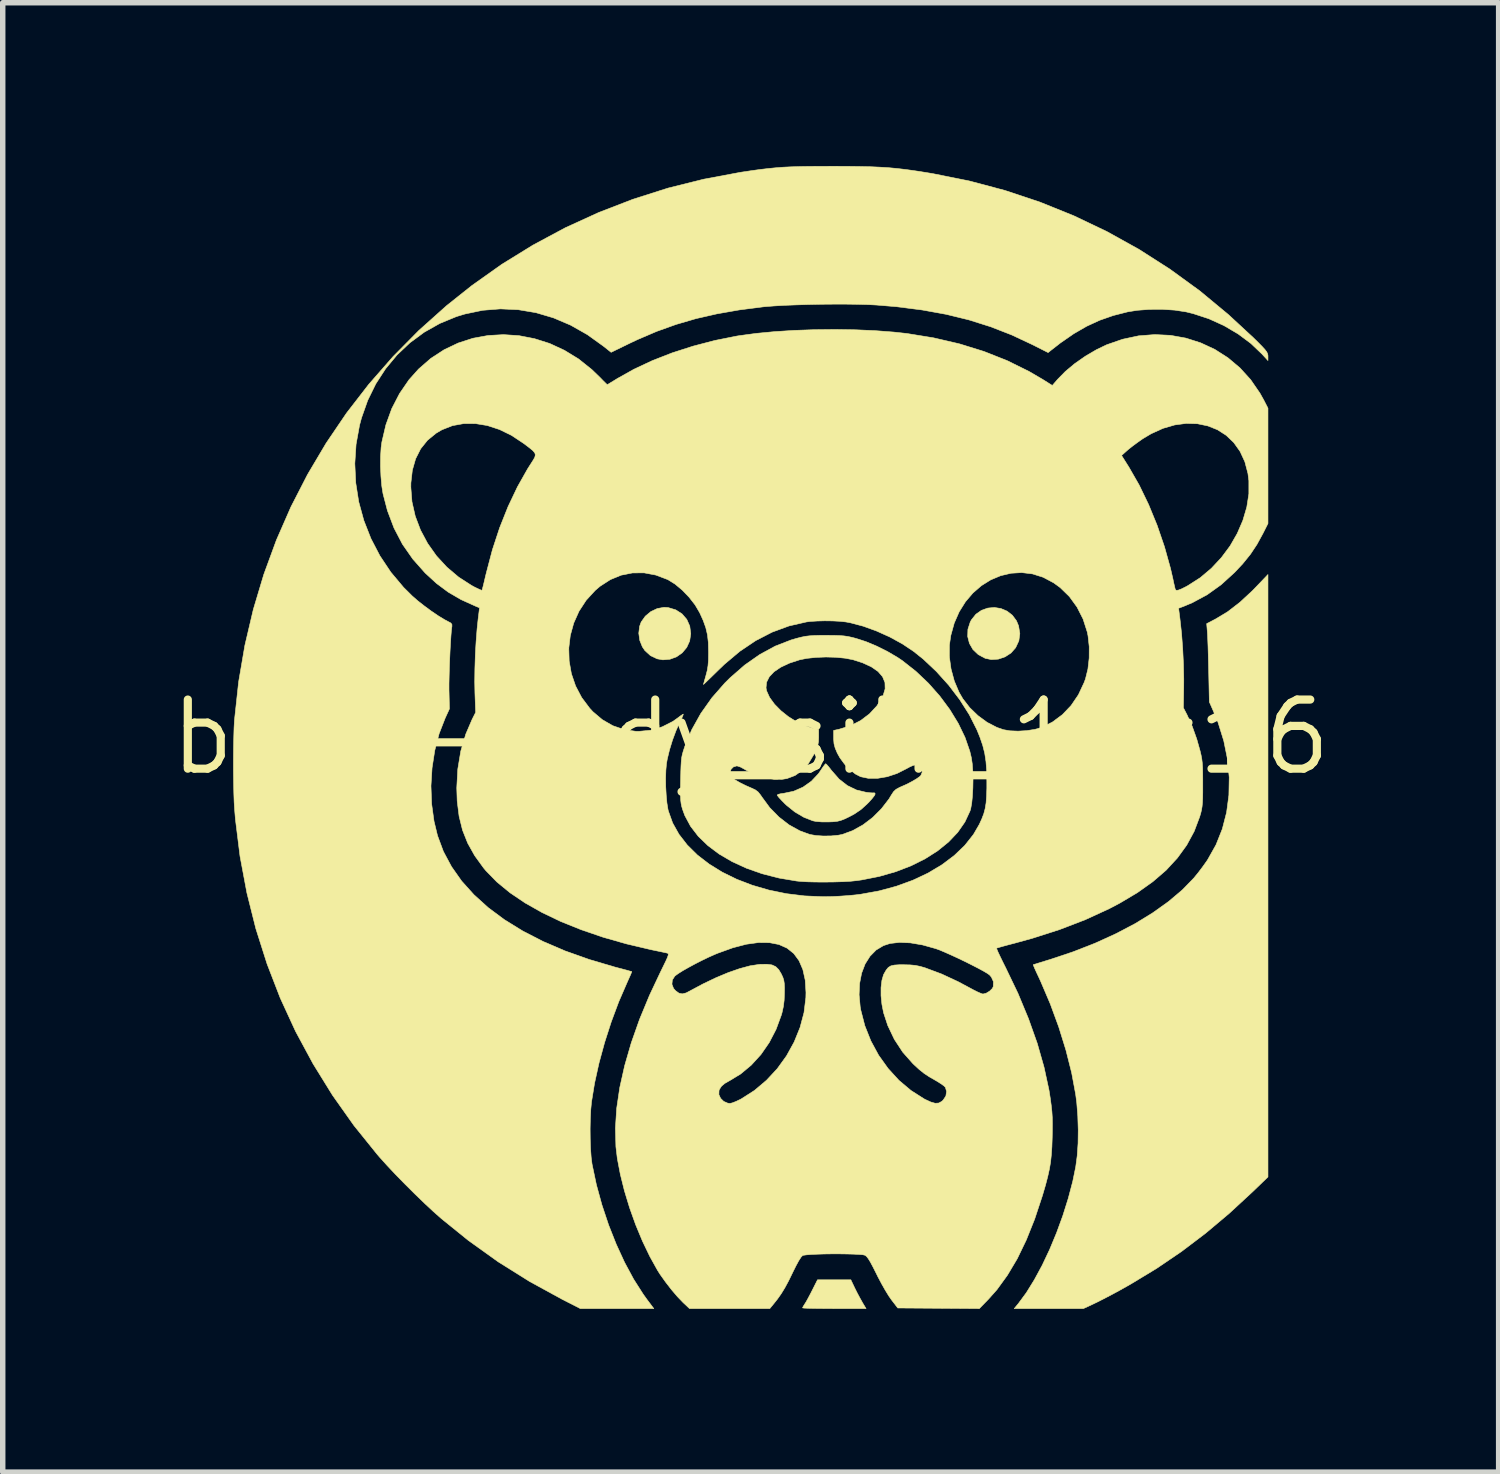
<source format=kicad_pcb>
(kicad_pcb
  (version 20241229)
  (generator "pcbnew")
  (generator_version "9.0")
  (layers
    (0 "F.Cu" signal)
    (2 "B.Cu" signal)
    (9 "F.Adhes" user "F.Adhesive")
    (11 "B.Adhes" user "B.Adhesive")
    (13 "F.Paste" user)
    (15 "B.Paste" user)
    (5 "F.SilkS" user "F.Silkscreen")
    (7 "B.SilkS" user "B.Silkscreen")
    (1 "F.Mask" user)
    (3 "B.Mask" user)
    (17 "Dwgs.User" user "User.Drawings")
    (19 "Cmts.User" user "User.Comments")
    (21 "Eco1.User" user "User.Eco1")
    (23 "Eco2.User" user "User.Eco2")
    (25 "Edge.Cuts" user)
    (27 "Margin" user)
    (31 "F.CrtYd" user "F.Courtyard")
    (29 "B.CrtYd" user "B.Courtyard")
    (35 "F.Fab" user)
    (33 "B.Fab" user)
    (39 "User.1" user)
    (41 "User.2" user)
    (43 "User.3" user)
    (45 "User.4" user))
  (footprint "bear-body_silk_16x16"
    (layer "F.Cu")
    (at 10.742 10.493)
    (property "Reference" "bear-body_silk_16x16" (at 0 0 0) (layer "F.SilkS") (effects (font (size 1.27 1.27) (thickness 0.15))))
    (attr through_hole)
    (fp_poly (pts (xy 1.913 10.123) (xy 1.959 10.215) (xy 2.01 10.31) (xy 2.053 10.387) (xy 2.053 10.388) (xy 2.12 10.499) (xy 1.536 10.499) (xy 1.384 10.498) (xy 1.247 10.497) (xy 1.129 10.495) (xy 1.038 10.493) (xy 0.977 10.49) (xy 0.953 10.486) (xy 0.953 10.486) (xy 0.964 10.462) (xy 0.99 10.42) (xy 0.992 10.417) (xy 1.019 10.374) (xy 1.057 10.305) (xy 1.102 10.22) (xy 1.13 10.165) (xy 1.228 9.97) (xy 1.84 9.97) (xy 1.913 10.123)) (stroke (width 0.01) (type solid)) (fill yes) (layer "F.SilkS"))
    (fp_poly (pts (xy -1.515 -2.38) (xy -1.376 -2.338) (xy -1.261 -2.264) (xy -1.174 -2.163) (xy -1.119 -2.039) (xy -1.101 -1.9) (xy -1.121 -1.766) (xy -1.175 -1.648) (xy -1.258 -1.549) (xy -1.363 -1.475) (xy -1.483 -1.431) (xy -1.613 -1.42) (xy -1.719 -1.439) (xy -1.842 -1.498) (xy -1.944 -1.591) (xy -1.99 -1.659) (xy -2.038 -1.779) (xy -2.056 -1.909) (xy -2.041 -2.035) (xy -2.012 -2.115) (xy -1.936 -2.222) (xy -1.835 -2.306) (xy -1.717 -2.362) (xy -1.592 -2.385) (xy -1.515 -2.38)) (stroke (width 0.01) (type solid)) (fill yes) (layer "F.SilkS"))
    (fp_poly (pts (xy 4.597 -2.363) (xy 4.71 -2.315) (xy 4.807 -2.24) (xy 4.883 -2.138) (xy 4.922 -2.044) (xy 4.945 -1.902) (xy 4.927 -1.77) (xy 4.868 -1.643) (xy 4.783 -1.546) (xy 4.674 -1.475) (xy 4.55 -1.433) (xy 4.421 -1.425) (xy 4.309 -1.448) (xy 4.182 -1.516) (xy 4.084 -1.609) (xy 4.019 -1.722) (xy 3.987 -1.848) (xy 3.991 -1.981) (xy 4.034 -2.114) (xy 4.055 -2.154) (xy 4.138 -2.258) (xy 4.241 -2.33) (xy 4.356 -2.371) (xy 4.477 -2.382) (xy 4.597 -2.363)) (stroke (width 0.01) (type solid)) (fill yes) (layer "F.SilkS"))
    (fp_poly (pts (xy 1.396 0.503) (xy 1.432 0.544) (xy 1.478 0.603) (xy 1.484 0.611) (xy 1.624 0.771) (xy 1.776 0.89) (xy 1.943 0.971) (xy 2.118 1.013) (xy 2.19 1.022) (xy 2.246 1.025) (xy 2.27 1.023) (xy 2.284 1.031) (xy 2.286 1.047) (xy 2.272 1.076) (xy 2.233 1.126) (xy 2.178 1.188) (xy 2.141 1.226) (xy 2.026 1.33) (xy 1.905 1.412) (xy 1.814 1.461) (xy 1.724 1.504) (xy 1.654 1.531) (xy 1.589 1.547) (xy 1.512 1.555) (xy 1.435 1.558) (xy 1.307 1.558) (xy 1.199 1.549) (xy 1.141 1.537) (xy 0.978 1.473) (xy 0.813 1.376) (xy 0.661 1.254) (xy 0.63 1.225) (xy 0.568 1.162) (xy 0.519 1.109) (xy 0.491 1.073) (xy 0.487 1.064) (xy 0.506 1.051) (xy 0.556 1.039) (xy 0.609 1.032) (xy 0.79 0.994) (xy 0.961 0.919) (xy 1.115 0.81) (xy 1.244 0.673) (xy 1.283 0.617) (xy 1.325 0.554) (xy 1.359 0.508) (xy 1.378 0.488) (xy 1.378 0.488) (xy 1.396 0.503)) (stroke (width 0.01) (type solid)) (fill yes) (layer "F.SilkS"))
    (fp_poly (pts (xy 9.504 8.081) (xy 9.226 8.349) (xy 8.792 8.75) (xy 8.358 9.115) (xy 7.916 9.45) (xy 7.46 9.76) (xy 6.981 10.05) (xy 6.777 10.165) (xy 6.657 10.23) (xy 6.533 10.295) (xy 6.418 10.354) (xy 6.323 10.401) (xy 6.29 10.417) (xy 6.113 10.499) (xy 4.842 10.499) (xy 4.916 10.409) (xy 5.065 10.207) (xy 5.212 9.969) (xy 5.356 9.703) (xy 5.493 9.413) (xy 5.62 9.107) (xy 5.735 8.792) (xy 5.835 8.474) (xy 5.918 8.159) (xy 5.972 7.895) (xy 5.999 7.693) (xy 6.015 7.462) (xy 6.018 7.214) (xy 6.01 6.963) (xy 5.991 6.718) (xy 5.971 6.564) (xy 5.897 6.166) (xy 5.792 5.75) (xy 5.66 5.325) (xy 5.504 4.9) (xy 5.326 4.483) (xy 5.29 4.405) (xy 5.249 4.318) (xy 5.217 4.247) (xy 5.197 4.199) (xy 5.191 4.181) (xy 5.212 4.175) (xy 5.266 4.158) (xy 5.347 4.133) (xy 5.446 4.102) (xy 5.493 4.088) (xy 5.921 3.945) (xy 6.328 3.786) (xy 6.71 3.612) (xy 7.064 3.426) (xy 7.387 3.228) (xy 7.677 3.021) (xy 7.931 2.806) (xy 8.146 2.585) (xy 8.151 2.578) (xy 8.226 2.486) (xy 8.308 2.377) (xy 8.382 2.273) (xy 8.398 2.248) (xy 8.55 1.977) (xy 8.665 1.688) (xy 8.744 1.382) (xy 8.786 1.065) (xy 8.792 0.738) (xy 8.76 0.404) (xy 8.692 0.068) (xy 8.587 -0.269) (xy 8.499 -0.483) (xy 8.427 -0.646) (xy 8.415 -1.206) (xy 8.411 -1.366) (xy 8.407 -1.521) (xy 8.403 -1.663) (xy 8.398 -1.785) (xy 8.394 -1.878) (xy 8.391 -1.926) (xy 8.378 -2.085) (xy 8.538 -2.168) (xy 8.761 -2.302) (xy 8.988 -2.477) (xy 9.22 -2.692) (xy 9.278 -2.752) (xy 9.504 -2.988) (xy 9.504 8.081)) (stroke (width 0.01) (type solid)) (fill yes) (layer "F.SilkS"))
    (fp_poly (pts (xy 1.522 -1.869) (xy 1.627 -1.866) (xy 1.711 -1.86) (xy 1.787 -1.849) (xy 1.865 -1.832) (xy 1.937 -1.813) (xy 2.119 -1.754) (xy 2.317 -1.671) (xy 2.515 -1.572) (xy 2.699 -1.464) (xy 2.788 -1.404) (xy 3.035 -1.209) (xy 3.265 -0.991) (xy 3.474 -0.755) (xy 3.658 -0.507) (xy 3.814 -0.252) (xy 3.938 0.005) (xy 4.026 0.259) (xy 4.054 0.377) (xy 4.071 0.491) (xy 4.081 0.629) (xy 4.085 0.78) (xy 4.082 0.935) (xy 4.074 1.083) (xy 4.061 1.214) (xy 4.042 1.318) (xy 4.03 1.357) (xy 3.936 1.559) (xy 3.804 1.749) (xy 3.636 1.926) (xy 3.435 2.089) (xy 3.205 2.235) (xy 2.947 2.364) (xy 2.666 2.472) (xy 2.363 2.559) (xy 2.041 2.623) (xy 1.95 2.636) (xy 1.836 2.648) (xy 1.691 2.656) (xy 1.528 2.661) (xy 1.358 2.663) (xy 1.19 2.662) (xy 1.036 2.658) (xy 0.908 2.65) (xy 0.847 2.644) (xy 0.52 2.589) (xy 0.211 2.51) (xy -0.076 2.409) (xy -0.34 2.288) (xy -0.578 2.149) (xy -0.786 1.993) (xy -0.963 1.822) (xy -1.105 1.637) (xy -1.21 1.441) (xy -1.251 1.329) (xy -1.267 1.274) (xy -1.278 1.222) (xy -1.285 1.163) (xy -1.289 1.091) (xy -1.29 0.997) (xy -1.289 0.873) (xy -1.287 0.778) (xy -1.284 0.648) (xy -0.38 0.648) (xy -0.372 0.706) (xy -0.344 0.745) (xy -0.282 0.788) (xy -0.193 0.839) (xy -0.088 0.891) (xy 0.008 0.933) (xy 0.084 0.968) (xy 0.137 1.008) (xy 0.184 1.067) (xy 0.206 1.1) (xy 0.351 1.297) (xy 0.52 1.469) (xy 0.705 1.612) (xy 0.902 1.721) (xy 1.085 1.788) (xy 1.199 1.808) (xy 1.335 1.817) (xy 1.479 1.815) (xy 1.611 1.802) (xy 1.682 1.788) (xy 1.873 1.718) (xy 2.063 1.612) (xy 2.242 1.476) (xy 2.403 1.315) (xy 2.541 1.136) (xy 2.582 1.068) (xy 2.625 1.002) (xy 2.671 0.959) (xy 2.737 0.923) (xy 2.767 0.91) (xy 2.869 0.865) (xy 2.966 0.814) (xy 3.049 0.765) (xy 3.108 0.723) (xy 3.127 0.703) (xy 3.151 0.643) (xy 3.142 0.582) (xy 3.104 0.533) (xy 3.045 0.509) (xy 3.032 0.508) (xy 2.987 0.519) (xy 2.922 0.547) (xy 2.86 0.581) (xy 2.688 0.668) (xy 2.509 0.727) (xy 2.331 0.757) (xy 2.163 0.757) (xy 2.02 0.727) (xy 1.923 0.677) (xy 1.822 0.597) (xy 1.724 0.495) (xy 1.64 0.381) (xy 1.591 0.293) (xy 1.552 0.201) (xy 1.531 0.122) (xy 1.524 0.035) (xy 1.524 0.015) (xy 1.524 -0.123) (xy 1.628 -0.146) (xy 1.832 -0.209) (xy 2.019 -0.304) (xy 2.183 -0.428) (xy 2.32 -0.576) (xy 2.424 -0.743) (xy 2.433 -0.762) (xy 2.47 -0.887) (xy 2.467 -1.003) (xy 2.423 -1.11) (xy 2.34 -1.206) (xy 2.216 -1.292) (xy 2.055 -1.366) (xy 1.881 -1.422) (xy 1.737 -1.45) (xy 1.566 -1.467) (xy 1.383 -1.472) (xy 1.2 -1.465) (xy 1.031 -1.447) (xy 0.901 -1.421) (xy 0.711 -1.359) (xy 0.553 -1.285) (xy 0.429 -1.201) (xy 0.342 -1.109) (xy 0.292 -1.009) (xy 0.282 -0.905) (xy 0.293 -0.849) (xy 0.348 -0.728) (xy 0.438 -0.605) (xy 0.555 -0.486) (xy 0.693 -0.376) (xy 0.844 -0.281) (xy 1.003 -0.207) (xy 1.139 -0.164) (xy 1.249 -0.138) (xy 1.249 0.003) (xy 1.246 0.08) (xy 1.235 0.144) (xy 1.212 0.212) (xy 1.171 0.299) (xy 1.165 0.311) (xy 1.063 0.481) (xy 0.947 0.612) (xy 0.815 0.705) (xy 0.667 0.761) (xy 0.58 0.775) (xy 0.427 0.774) (xy 0.258 0.744) (xy 0.085 0.689) (xy -0.08 0.61) (xy -0.129 0.581) (xy -0.189 0.549) (xy -0.243 0.531) (xy -0.257 0.529) (xy -0.317 0.547) (xy -0.36 0.59) (xy -0.38 0.648) (xy -1.284 0.648) (xy -1.284 0.636) (xy -1.28 0.527) (xy -1.275 0.444) (xy -1.268 0.377) (xy -1.256 0.319) (xy -1.24 0.261) (xy -1.218 0.194) (xy -1.21 0.169) (xy -1.083 -0.136) (xy -0.916 -0.435) (xy -0.713 -0.722) (xy -0.475 -0.994) (xy -0.378 -1.09) (xy -0.111 -1.323) (xy 0.166 -1.517) (xy 0.451 -1.672) (xy 0.742 -1.785) (xy 0.841 -1.814) (xy 0.927 -1.836) (xy 1.003 -1.852) (xy 1.079 -1.861) (xy 1.168 -1.867) (xy 1.279 -1.87) (xy 1.386 -1.87) (xy 1.522 -1.869)) (stroke (width 0.01) (type solid)) (fill yes) (layer "F.SilkS"))
    (fp_poly (pts (xy 1.773 -10.487) (xy 1.997 -10.484) (xy 2.194 -10.48) (xy 2.371 -10.472) (xy 2.535 -10.462) (xy 2.694 -10.447) (xy 2.855 -10.428) (xy 3.026 -10.404) (xy 3.213 -10.375) (xy 3.351 -10.352) (xy 4.018 -10.218) (xy 4.672 -10.044) (xy 5.312 -9.831) (xy 5.936 -9.579) (xy 6.544 -9.289) (xy 7.133 -8.962) (xy 7.702 -8.598) (xy 8.251 -8.199) (xy 8.777 -7.763) (xy 9.234 -7.34) (xy 9.331 -7.244) (xy 9.402 -7.172) (xy 9.45 -7.119) (xy 9.48 -7.079) (xy 9.496 -7.047) (xy 9.503 -7.018) (xy 9.504 -6.997) (xy 9.504 -6.918) (xy 9.394 -7.038) (xy 9.191 -7.232) (xy 8.955 -7.408) (xy 8.695 -7.561) (xy 8.417 -7.687) (xy 8.13 -7.781) (xy 8 -7.813) (xy 7.793 -7.845) (xy 7.564 -7.86) (xy 7.329 -7.859) (xy 7.103 -7.842) (xy 6.928 -7.814) (xy 6.661 -7.746) (xy 6.412 -7.659) (xy 6.173 -7.549) (xy 5.936 -7.412) (xy 5.693 -7.244) (xy 5.521 -7.11) (xy 5.465 -7.065) (xy 5.172 -7.213) (xy 4.794 -7.39) (xy 4.408 -7.54) (xy 4.009 -7.666) (xy 3.592 -7.768) (xy 3.151 -7.848) (xy 2.682 -7.908) (xy 2.307 -7.939) (xy 2.151 -7.947) (xy 1.964 -7.952) (xy 1.753 -7.955) (xy 1.526 -7.955) (xy 1.291 -7.953) (xy 1.056 -7.948) (xy 0.829 -7.941) (xy 0.618 -7.933) (xy 0.431 -7.922) (xy 0.275 -7.91) (xy 0.233 -7.906) (xy -0.21 -7.849) (xy -0.62 -7.777) (xy -1.005 -7.689) (xy -1.371 -7.582) (xy -1.726 -7.455) (xy -2.077 -7.305) (xy -2.219 -7.238) (xy -2.564 -7.07) (xy -2.706 -7.183) (xy -3.001 -7.395) (xy -3.308 -7.569) (xy -3.623 -7.703) (xy -3.944 -7.798) (xy -4.27 -7.853) (xy -4.598 -7.868) (xy -4.925 -7.842) (xy -5.25 -7.774) (xy -5.405 -7.727) (xy -5.711 -7.601) (xy -5.997 -7.44) (xy -6.26 -7.246) (xy -6.497 -7.022) (xy -6.707 -6.769) (xy -6.888 -6.49) (xy -7.036 -6.188) (xy -7.15 -5.866) (xy -7.186 -5.732) (xy -7.25 -5.38) (xy -7.273 -5.026) (xy -7.256 -4.672) (xy -7.201 -4.322) (xy -7.107 -3.979) (xy -6.977 -3.648) (xy -6.812 -3.331) (xy -6.612 -3.031) (xy -6.378 -2.752) (xy -6.218 -2.593) (xy -6.116 -2.504) (xy -5.995 -2.409) (xy -5.867 -2.315) (xy -5.742 -2.23) (xy -5.629 -2.161) (xy -5.56 -2.124) (xy -5.509 -2.097) (xy -5.489 -2.07) (xy -5.489 -2.031) (xy -5.491 -2.022) (xy -5.499 -1.957) (xy -5.507 -1.858) (xy -5.515 -1.733) (xy -5.523 -1.589) (xy -5.53 -1.434) (xy -5.536 -1.277) (xy -5.54 -1.124) (xy -5.543 -0.985) (xy -5.543 -0.867) (xy -5.542 -0.827) (xy -5.535 -0.519) (xy -5.613 -0.349) (xy -5.724 -0.064) (xy -5.804 0.244) (xy -5.854 0.566) (xy -5.874 0.896) (xy -5.862 1.225) (xy -5.818 1.545) (xy -5.754 1.809) (xy -5.646 2.1) (xy -5.497 2.379) (xy -5.31 2.645) (xy -5.084 2.896) (xy -4.821 3.134) (xy -4.522 3.356) (xy -4.186 3.563) (xy -3.815 3.754) (xy -3.41 3.928) (xy -2.971 4.084) (xy -2.5 4.223) (xy -2.455 4.235) (xy -2.356 4.261) (xy -2.273 4.283) (xy -2.214 4.3) (xy -2.186 4.307) (xy -2.185 4.308) (xy -2.191 4.327) (xy -2.212 4.377) (xy -2.244 4.448) (xy -2.272 4.511) (xy -2.424 4.862) (xy -2.562 5.232) (xy -2.684 5.611) (xy -2.787 5.989) (xy -2.868 6.356) (xy -2.924 6.699) (xy -2.938 6.844) (xy -2.946 7.014) (xy -2.95 7.196) (xy -2.948 7.381) (xy -2.942 7.558) (xy -2.931 7.715) (xy -2.915 7.842) (xy -2.913 7.852) (xy -2.835 8.223) (xy -2.733 8.595) (xy -2.611 8.961) (xy -2.471 9.315) (xy -2.317 9.65) (xy -2.15 9.96) (xy -1.974 10.236) (xy -1.903 10.335) (xy -1.78 10.499) (xy -3.13 10.499) (xy -3.454 10.334) (xy -4.061 10.002) (xy -4.639 9.64) (xy -5.19 9.245) (xy -5.683 8.846) (xy -5.829 8.717) (xy -5.994 8.563) (xy -6.169 8.394) (xy -6.347 8.217) (xy -6.52 8.04) (xy -6.679 7.871) (xy -6.816 7.719) (xy -6.856 7.673) (xy -7.288 7.137) (xy -7.683 6.579) (xy -8.04 6.002) (xy -8.361 5.407) (xy -8.643 4.794) (xy -8.886 4.165) (xy -9.091 3.52) (xy -9.256 2.861) (xy -9.382 2.19) (xy -9.467 1.506) (xy -9.481 1.335) (xy -9.49 1.197) (xy -9.496 1.026) (xy -9.5 0.832) (xy -9.503 0.623) (xy -9.503 0.41) (xy -9.501 0.2) (xy -9.497 0.004) (xy -9.492 -0.17) (xy -9.484 -0.312) (xy -9.482 -0.33) (xy -9.408 -1.014) (xy -9.293 -1.686) (xy -9.138 -2.345) (xy -8.945 -2.99) (xy -8.714 -3.62) (xy -8.446 -4.232) (xy -8.141 -4.826) (xy -7.8 -5.401) (xy -7.425 -5.954) (xy -7.015 -6.484) (xy -6.572 -6.99) (xy -6.096 -7.472) (xy -5.588 -7.926) (xy -5.122 -8.297) (xy -4.572 -8.687) (xy -3.998 -9.041) (xy -3.405 -9.359) (xy -2.792 -9.639) (xy -2.163 -9.882) (xy -1.519 -10.087) (xy -0.862 -10.251) (xy -0.194 -10.376) (xy -0.169 -10.38) (xy 0.011 -10.407) (xy 0.17 -10.429) (xy 0.316 -10.446) (xy 0.454 -10.46) (xy 0.593 -10.471) (xy 0.74 -10.478) (xy 0.901 -10.483) (xy 1.084 -10.486) (xy 1.295 -10.487) (xy 1.513 -10.488) (xy 1.773 -10.487)) (stroke (width 0.01) (type solid)) (fill yes) (layer "F.SilkS"))
    (fp_poly (pts (xy 1.926 -7.484) (xy 2.288 -7.468) (xy 2.629 -7.442) (xy 2.868 -7.416) (xy 3.36 -7.336) (xy 3.834 -7.226) (xy 4.286 -7.086) (xy 4.713 -6.917) (xy 5.112 -6.72) (xy 5.362 -6.574) (xy 5.542 -6.461) (xy 5.639 -6.573) (xy 5.782 -6.719) (xy 5.956 -6.864) (xy 6.151 -7) (xy 6.354 -7.119) (xy 6.539 -7.208) (xy 6.833 -7.31) (xy 7.128 -7.373) (xy 7.423 -7.396) (xy 7.713 -7.382) (xy 7.996 -7.331) (xy 8.268 -7.244) (xy 8.527 -7.124) (xy 8.768 -6.97) (xy 8.989 -6.784) (xy 9.186 -6.567) (xy 9.356 -6.32) (xy 9.428 -6.191) (xy 9.504 -6.043) (xy 9.504 -4.984) (xy 9.504 -3.925) (xy 9.414 -3.746) (xy 9.302 -3.541) (xy 9.181 -3.359) (xy 9.04 -3.185) (xy 8.89 -3.025) (xy 8.643 -2.8) (xy 8.386 -2.616) (xy 8.115 -2.47) (xy 7.958 -2.404) (xy 7.862 -2.368) (xy 7.888 -2.163) (xy 7.916 -1.908) (xy 7.937 -1.629) (xy 7.951 -1.341) (xy 7.957 -1.064) (xy 7.956 -0.91) (xy 7.95 -0.54) (xy 8.019 -0.406) (xy 8.112 -0.199) (xy 8.196 0.037) (xy 8.257 0.254) (xy 8.275 0.33) (xy 8.288 0.4) (xy 8.297 0.473) (xy 8.303 0.557) (xy 8.305 0.661) (xy 8.306 0.794) (xy 8.306 0.868) (xy 8.306 1.013) (xy 8.304 1.124) (xy 8.3 1.21) (xy 8.293 1.278) (xy 8.283 1.338) (xy 8.269 1.397) (xy 8.249 1.464) (xy 8.248 1.467) (xy 8.148 1.732) (xy 8.012 1.983) (xy 7.841 2.219) (xy 7.634 2.444) (xy 7.388 2.656) (xy 7.104 2.858) (xy 6.779 3.051) (xy 6.585 3.153) (xy 6.148 3.354) (xy 5.677 3.535) (xy 5.175 3.696) (xy 4.852 3.785) (xy 4.741 3.814) (xy 4.645 3.84) (xy 4.571 3.861) (xy 4.527 3.874) (xy 4.518 3.878) (xy 4.524 3.899) (xy 4.546 3.952) (xy 4.583 4.03) (xy 4.63 4.127) (xy 4.684 4.235) (xy 4.911 4.708) (xy 5.104 5.173) (xy 5.265 5.626) (xy 5.39 6.065) (xy 5.481 6.486) (xy 5.505 6.639) (xy 5.522 6.766) (xy 5.534 6.877) (xy 5.541 6.984) (xy 5.543 7.101) (xy 5.542 7.238) (xy 5.54 7.354) (xy 5.534 7.527) (xy 5.524 7.674) (xy 5.51 7.807) (xy 5.488 7.937) (xy 5.458 8.072) (xy 5.418 8.226) (xy 5.365 8.407) (xy 5.356 8.436) (xy 5.217 8.856) (xy 5.064 9.238) (xy 4.898 9.582) (xy 4.717 9.886) (xy 4.524 10.152) (xy 4.372 10.323) (xy 4.201 10.499) (xy 2.702 10.488) (xy 2.588 10.34) (xy 2.537 10.267) (xy 2.475 10.166) (xy 2.408 10.048) (xy 2.342 9.924) (xy 2.315 9.869) (xy 2.25 9.74) (xy 2.2 9.646) (xy 2.16 9.581) (xy 2.128 9.54) (xy 2.1 9.519) (xy 2.099 9.519) (xy 2.06 9.51) (xy 1.986 9.504) (xy 1.885 9.499) (xy 1.763 9.496) (xy 1.629 9.494) (xy 1.49 9.494) (xy 1.352 9.496) (xy 1.224 9.5) (xy 1.112 9.505) (xy 1.025 9.512) (xy 0.968 9.52) (xy 0.954 9.524) (xy 0.925 9.555) (xy 0.883 9.62) (xy 0.831 9.716) (xy 0.774 9.831) (xy 0.697 9.989) (xy 0.628 10.117) (xy 0.562 10.225) (xy 0.493 10.323) (xy 0.425 10.409) (xy 0.351 10.499) (xy -1.124 10.499) (xy -1.242 10.388) (xy -1.343 10.283) (xy -1.454 10.153) (xy -1.564 10.011) (xy -1.665 9.869) (xy -1.712 9.795) (xy -1.853 9.541) (xy -1.988 9.26) (xy -2.113 8.959) (xy -2.224 8.649) (xy -2.319 8.337) (xy -2.395 8.032) (xy -2.45 7.744) (xy -2.476 7.525) (xy -2.485 7.184) (xy -2.462 6.821) (xy -2.405 6.437) (xy -2.315 6.035) (xy -2.194 5.617) (xy -2.042 5.186) (xy -1.859 4.744) (xy -1.763 4.54) (xy -1.447 4.54) (xy -1.417 4.617) (xy -1.38 4.659) (xy -1.318 4.704) (xy -1.257 4.717) (xy -1.187 4.7) (xy -1.122 4.666) (xy -0.877 4.535) (xy -0.639 4.421) (xy -0.412 4.326) (xy -0.202 4.253) (xy -0.013 4.202) (xy 0.149 4.177) (xy 0.171 4.175) (xy 0.297 4.173) (xy 0.391 4.185) (xy 0.46 4.217) (xy 0.515 4.271) (xy 0.563 4.352) (xy 0.565 4.356) (xy 0.592 4.415) (xy 0.608 4.466) (xy 0.617 4.523) (xy 0.621 4.598) (xy 0.62 4.698) (xy 0.615 4.834) (xy 0.601 4.948) (xy 0.576 5.062) (xy 0.563 5.107) (xy 0.467 5.368) (xy 0.341 5.611) (xy 0.188 5.832) (xy 0.011 6.026) (xy -0.185 6.189) (xy -0.381 6.308) (xy -0.476 6.362) (xy -0.537 6.414) (xy -0.574 6.472) (xy -0.582 6.494) (xy -0.584 6.568) (xy -0.552 6.637) (xy -0.495 6.693) (xy -0.421 6.725) (xy -0.381 6.73) (xy -0.338 6.72) (xy -0.271 6.694) (xy -0.193 6.657) (xy -0.172 6.646) (xy 0.07 6.491) (xy 0.291 6.304) (xy 0.489 6.091) (xy 0.659 5.855) (xy 0.799 5.601) (xy 0.907 5.335) (xy 0.98 5.061) (xy 1.014 4.783) (xy 1.015 4.733) (xy 1.992 4.733) (xy 2.012 4.953) (xy 2.022 5.011) (xy 2.097 5.302) (xy 2.208 5.581) (xy 2.351 5.845) (xy 2.524 6.087) (xy 2.723 6.305) (xy 2.945 6.492) (xy 3.186 6.646) (xy 3.203 6.655) (xy 3.309 6.704) (xy 3.39 6.727) (xy 3.455 6.723) (xy 3.511 6.692) (xy 3.536 6.669) (xy 3.586 6.594) (xy 3.599 6.51) (xy 3.578 6.435) (xy 3.55 6.407) (xy 3.495 6.368) (xy 3.424 6.323) (xy 3.403 6.311) (xy 3.283 6.242) (xy 3.186 6.178) (xy 3.097 6.107) (xy 3.002 6.019) (xy 2.977 5.995) (xy 2.794 5.788) (xy 2.64 5.553) (xy 2.519 5.299) (xy 2.442 5.065) (xy 2.411 4.908) (xy 2.395 4.75) (xy 2.395 4.601) (xy 2.411 4.469) (xy 2.441 4.365) (xy 2.449 4.35) (xy 2.489 4.28) (xy 2.528 4.232) (xy 2.575 4.203) (xy 2.639 4.188) (xy 2.73 4.182) (xy 2.812 4.182) (xy 2.932 4.185) (xy 3.026 4.194) (xy 3.113 4.212) (xy 3.21 4.24) (xy 3.216 4.243) (xy 3.508 4.352) (xy 3.811 4.493) (xy 4.002 4.595) (xy 4.093 4.644) (xy 4.173 4.684) (xy 4.234 4.71) (xy 4.267 4.72) (xy 4.327 4.705) (xy 4.39 4.667) (xy 4.439 4.619) (xy 4.457 4.583) (xy 4.46 4.492) (xy 4.422 4.408) (xy 4.388 4.369) (xy 4.347 4.34) (xy 4.274 4.297) (xy 4.176 4.244) (xy 4.061 4.185) (xy 3.935 4.122) (xy 3.806 4.06) (xy 3.68 4.002) (xy 3.565 3.951) (xy 3.468 3.91) (xy 3.401 3.886) (xy 3.158 3.818) (xy 2.935 3.78) (xy 2.735 3.771) (xy 2.561 3.791) (xy 2.44 3.83) (xy 2.305 3.911) (xy 2.192 4.026) (xy 2.102 4.169) (xy 2.038 4.337) (xy 2.001 4.527) (xy 1.992 4.733) (xy 1.015 4.733) (xy 1.016 4.691) (xy 1.002 4.465) (xy 0.959 4.271) (xy 0.889 4.108) (xy 0.792 3.976) (xy 0.669 3.877) (xy 0.519 3.81) (xy 0.344 3.776) (xy 0.144 3.774) (xy -0.08 3.805) (xy -0.328 3.87) (xy -0.6 3.968) (xy -0.656 3.991) (xy -0.771 4.042) (xy -0.896 4.102) (xy -1.021 4.166) (xy -1.141 4.231) (xy -1.247 4.291) (xy -1.331 4.344) (xy -1.386 4.384) (xy -1.394 4.391) (xy -1.439 4.461) (xy -1.447 4.54) (xy -1.763 4.54) (xy -1.662 4.326) (xy -1.602 4.203) (xy -1.558 4.112) (xy -1.53 4.05) (xy -1.516 4.009) (xy -1.513 3.985) (xy -1.521 3.973) (xy -1.533 3.968) (xy -1.57 3.96) (xy -1.639 3.945) (xy -1.73 3.926) (xy -1.831 3.905) (xy -2.284 3.798) (xy -2.712 3.676) (xy -3.115 3.538) (xy -3.49 3.387) (xy -3.834 3.222) (xy -4.145 3.046) (xy -4.422 2.859) (xy -4.663 2.661) (xy -4.864 2.455) (xy -4.908 2.402) (xy -5.071 2.177) (xy -5.199 1.948) (xy -5.294 1.709) (xy -5.357 1.454) (xy -5.392 1.176) (xy -5.4 0.933) (xy -5.381 0.587) (xy -5.326 0.256) (xy -5.234 -0.056) (xy -5.117 -0.328) (xy -5.053 -0.455) (xy -5.066 -0.808) (xy -5.07 -1.017) (xy -5.067 -1.254) (xy -5.059 -1.503) (xy -5.052 -1.634) (xy -3.342 -1.634) (xy -3.335 -1.398) (xy -3.294 -1.165) (xy -3.217 -0.94) (xy -3.105 -0.727) (xy -2.958 -0.531) (xy -2.899 -0.467) (xy -2.725 -0.32) (xy -2.534 -0.21) (xy -2.328 -0.139) (xy -2.112 -0.107) (xy -2.054 -0.106) (xy -1.835 -0.127) (xy -1.626 -0.189) (xy -1.431 -0.288) (xy -1.349 -0.346) (xy -1.294 -0.387) (xy -1.253 -0.415) (xy -1.238 -0.423) (xy -1.242 -0.406) (xy -1.261 -0.36) (xy -1.292 -0.294) (xy -1.303 -0.273) (xy -1.371 -0.121) (xy -1.436 0.053) (xy -1.491 0.232) (xy -1.532 0.401) (xy -1.547 0.486) (xy -1.558 0.607) (xy -1.563 0.753) (xy -1.561 0.91) (xy -1.552 1.066) (xy -1.539 1.209) (xy -1.52 1.326) (xy -1.513 1.356) (xy -1.434 1.577) (xy -1.317 1.786) (xy -1.165 1.982) (xy -0.98 2.165) (xy -0.765 2.331) (xy -0.524 2.48) (xy -0.258 2.611) (xy 0.029 2.721) (xy 0.334 2.81) (xy 0.655 2.876) (xy 0.989 2.917) (xy 1.332 2.932) (xy 1.503 2.929) (xy 1.637 2.922) (xy 1.782 2.912) (xy 1.921 2.899) (xy 2.02 2.887) (xy 2.357 2.826) (xy 2.678 2.739) (xy 2.98 2.629) (xy 3.26 2.497) (xy 3.514 2.345) (xy 3.74 2.175) (xy 3.934 1.989) (xy 4.093 1.788) (xy 4.2 1.604) (xy 4.247 1.501) (xy 4.283 1.407) (xy 4.308 1.312) (xy 4.325 1.209) (xy 4.334 1.086) (xy 4.339 0.937) (xy 4.339 0.824) (xy 4.336 0.621) (xy 4.323 0.449) (xy 4.3 0.296) (xy 4.263 0.15) (xy 4.211 -0.001) (xy 4.155 -0.138) (xy 4.016 -0.413) (xy 3.841 -0.688) (xy 3.638 -0.955) (xy 3.411 -1.207) (xy 3.169 -1.435) (xy 3.116 -1.477) (xy 3.65 -1.477) (xy 3.681 -1.253) (xy 3.741 -1.031) (xy 3.828 -0.825) (xy 3.897 -0.706) (xy 4.024 -0.542) (xy 4.176 -0.395) (xy 4.345 -0.271) (xy 4.523 -0.179) (xy 4.638 -0.138) (xy 4.763 -0.116) (xy 4.912 -0.11) (xy 5.069 -0.119) (xy 5.219 -0.142) (xy 5.342 -0.177) (xy 5.544 -0.277) (xy 5.727 -0.413) (xy 5.887 -0.581) (xy 6.021 -0.778) (xy 6.126 -1.002) (xy 6.151 -1.069) (xy 6.196 -1.251) (xy 6.219 -1.453) (xy 6.22 -1.662) (xy 6.198 -1.861) (xy 6.184 -1.931) (xy 6.107 -2.17) (xy 5.996 -2.389) (xy 5.856 -2.582) (xy 5.687 -2.747) (xy 5.566 -2.835) (xy 5.374 -2.937) (xy 5.177 -2.999) (xy 4.979 -3.023) (xy 4.783 -3.011) (xy 4.592 -2.966) (xy 4.409 -2.889) (xy 4.239 -2.783) (xy 4.083 -2.648) (xy 3.946 -2.487) (xy 3.831 -2.303) (xy 3.74 -2.096) (xy 3.677 -1.869) (xy 3.651 -1.691) (xy 3.65 -1.477) (xy 3.116 -1.477) (xy 2.995 -1.574) (xy 2.789 -1.712) (xy 2.558 -1.839) (xy 2.314 -1.949) (xy 2.069 -2.038) (xy 1.835 -2.1) (xy 1.75 -2.116) (xy 1.642 -2.128) (xy 1.507 -2.135) (xy 1.36 -2.137) (xy 1.216 -2.133) (xy 1.089 -2.125) (xy 1.023 -2.116) (xy 0.705 -2.043) (xy 0.395 -1.929) (xy 0.094 -1.774) (xy -0.199 -1.577) (xy -0.483 -1.338) (xy -0.587 -1.238) (xy -0.675 -1.152) (xy -0.752 -1.077) (xy -0.813 -1.018) (xy -0.853 -0.98) (xy -0.868 -0.967) (xy -0.868 -0.967) (xy -0.862 -0.989) (xy -0.848 -1.041) (xy -0.827 -1.114) (xy -0.821 -1.137) (xy -0.798 -1.225) (xy -0.784 -1.312) (xy -0.776 -1.41) (xy -0.774 -1.534) (xy -0.774 -1.566) (xy -0.778 -1.737) (xy -0.794 -1.88) (xy -0.825 -2.012) (xy -0.873 -2.145) (xy -0.937 -2.286) (xy -1.021 -2.429) (xy -1.131 -2.57) (xy -1.257 -2.701) (xy -1.39 -2.812) (xy -1.519 -2.892) (xy -1.525 -2.895) (xy -1.741 -2.977) (xy -1.957 -3.018) (xy -2.17 -3.017) (xy -2.378 -2.976) (xy -2.578 -2.894) (xy -2.767 -2.772) (xy -2.856 -2.696) (xy -3.022 -2.515) (xy -3.154 -2.313) (xy -3.251 -2.096) (xy -3.314 -1.868) (xy -3.342 -1.634) (xy -5.052 -1.634) (xy -5.045 -1.752) (xy -5.027 -1.985) (xy -5.009 -2.156) (xy -4.982 -2.376) (xy -5.057 -2.407) (xy -5.322 -2.527) (xy -5.557 -2.664) (xy -5.773 -2.825) (xy -5.98 -3.015) (xy -6.207 -3.271) (xy -6.398 -3.545) (xy -6.553 -3.842) (xy -6.674 -4.162) (xy -6.755 -4.473) (xy -6.774 -4.591) (xy -6.244 -4.591) (xy -6.223 -4.324) (xy -6.163 -4.06) (xy -6.066 -3.804) (xy -5.935 -3.559) (xy -5.773 -3.33) (xy -5.582 -3.123) (xy -5.366 -2.94) (xy -5.127 -2.786) (xy -5.07 -2.755) (xy -5.005 -2.724) (xy -4.958 -2.703) (xy -4.937 -2.697) (xy -4.937 -2.697) (xy -4.93 -2.719) (xy -4.915 -2.775) (xy -4.895 -2.858) (xy -4.871 -2.961) (xy -4.854 -3.029) (xy -4.745 -3.443) (xy -4.612 -3.847) (xy -4.458 -4.234) (xy -4.286 -4.596) (xy -4.1 -4.926) (xy -4.051 -5.003) (xy -4.001 -5.081) (xy -3.968 -5.138) (xy -3.958 -5.175) (xy 6.814 -5.175) (xy 6.951 -4.957) (xy 7.138 -4.631) (xy 7.311 -4.273) (xy 7.467 -3.893) (xy 7.602 -3.499) (xy 7.713 -3.101) (xy 7.757 -2.91) (xy 7.774 -2.828) (xy 7.79 -2.76) (xy 7.8 -2.718) (xy 7.801 -2.713) (xy 7.818 -2.697) (xy 7.854 -2.7) (xy 7.915 -2.723) (xy 8.005 -2.768) (xy 8.035 -2.785) (xy 8.26 -2.929) (xy 8.465 -3.102) (xy 8.648 -3.298) (xy 8.808 -3.513) (xy 8.94 -3.743) (xy 9.043 -3.982) (xy 9.115 -4.226) (xy 9.153 -4.47) (xy 9.153 -4.71) (xy 9.136 -4.844) (xy 9.079 -5.06) (xy 8.991 -5.25) (xy 8.876 -5.411) (xy 8.737 -5.544) (xy 8.577 -5.647) (xy 8.399 -5.718) (xy 8.207 -5.758) (xy 8.003 -5.764) (xy 7.792 -5.736) (xy 7.575 -5.673) (xy 7.357 -5.574) (xy 7.203 -5.482) (xy 7.112 -5.418) (xy 7.021 -5.351) (xy 6.945 -5.291) (xy 6.916 -5.266) (xy 6.814 -5.175) (xy -3.958 -5.175) (xy -3.956 -5.182) (xy -3.966 -5.221) (xy -4.001 -5.263) (xy -4.064 -5.315) (xy -4.156 -5.385) (xy -4.177 -5.4) (xy -4.394 -5.544) (xy -4.616 -5.652) (xy -4.839 -5.725) (xy -5.06 -5.761) (xy -5.274 -5.76) (xy -5.479 -5.723) (xy -5.672 -5.647) (xy -5.778 -5.585) (xy -5.937 -5.455) (xy -6.063 -5.298) (xy -6.156 -5.114) (xy -6.216 -4.905) (xy -6.243 -4.669) (xy -6.244 -4.591) (xy -6.774 -4.591) (xy -6.778 -4.619) (xy -6.793 -4.791) (xy -6.801 -4.975) (xy -6.8 -5.155) (xy -6.79 -5.319) (xy -6.776 -5.422) (xy -6.702 -5.738) (xy -6.594 -6.036) (xy -6.451 -6.313) (xy -6.278 -6.565) (xy -6.102 -6.762) (xy -5.877 -6.958) (xy -5.633 -7.117) (xy -5.375 -7.24) (xy -5.104 -7.328) (xy -4.825 -7.379) (xy -4.541 -7.395) (xy -4.256 -7.376) (xy -3.972 -7.321) (xy -3.692 -7.232) (xy -3.422 -7.107) (xy -3.162 -6.948) (xy -2.918 -6.753) (xy -2.766 -6.606) (xy -2.709 -6.547) (xy -2.664 -6.503) (xy -2.639 -6.479) (xy -2.635 -6.477) (xy -2.615 -6.487) (xy -2.568 -6.516) (xy -2.5 -6.557) (xy -2.452 -6.587) (xy -2.147 -6.758) (xy -1.808 -6.917) (xy -1.442 -7.06) (xy -1.056 -7.184) (xy -0.658 -7.288) (xy -0.253 -7.369) (xy -0.201 -7.377) (xy 0.103 -7.418) (xy 0.439 -7.45) (xy 0.798 -7.473) (xy 1.172 -7.486) (xy 1.551 -7.49) (xy 1.926 -7.484)) (stroke (width 0.01) (type solid)) (fill yes) (layer "F.SilkS")))
  (gr_rect
    (start -3 -3)
    (end 24.484 23.997)
    (stroke (width 0.1) (type default))
    (fill no)
    (layer "Edge.Cuts")))
</source>
